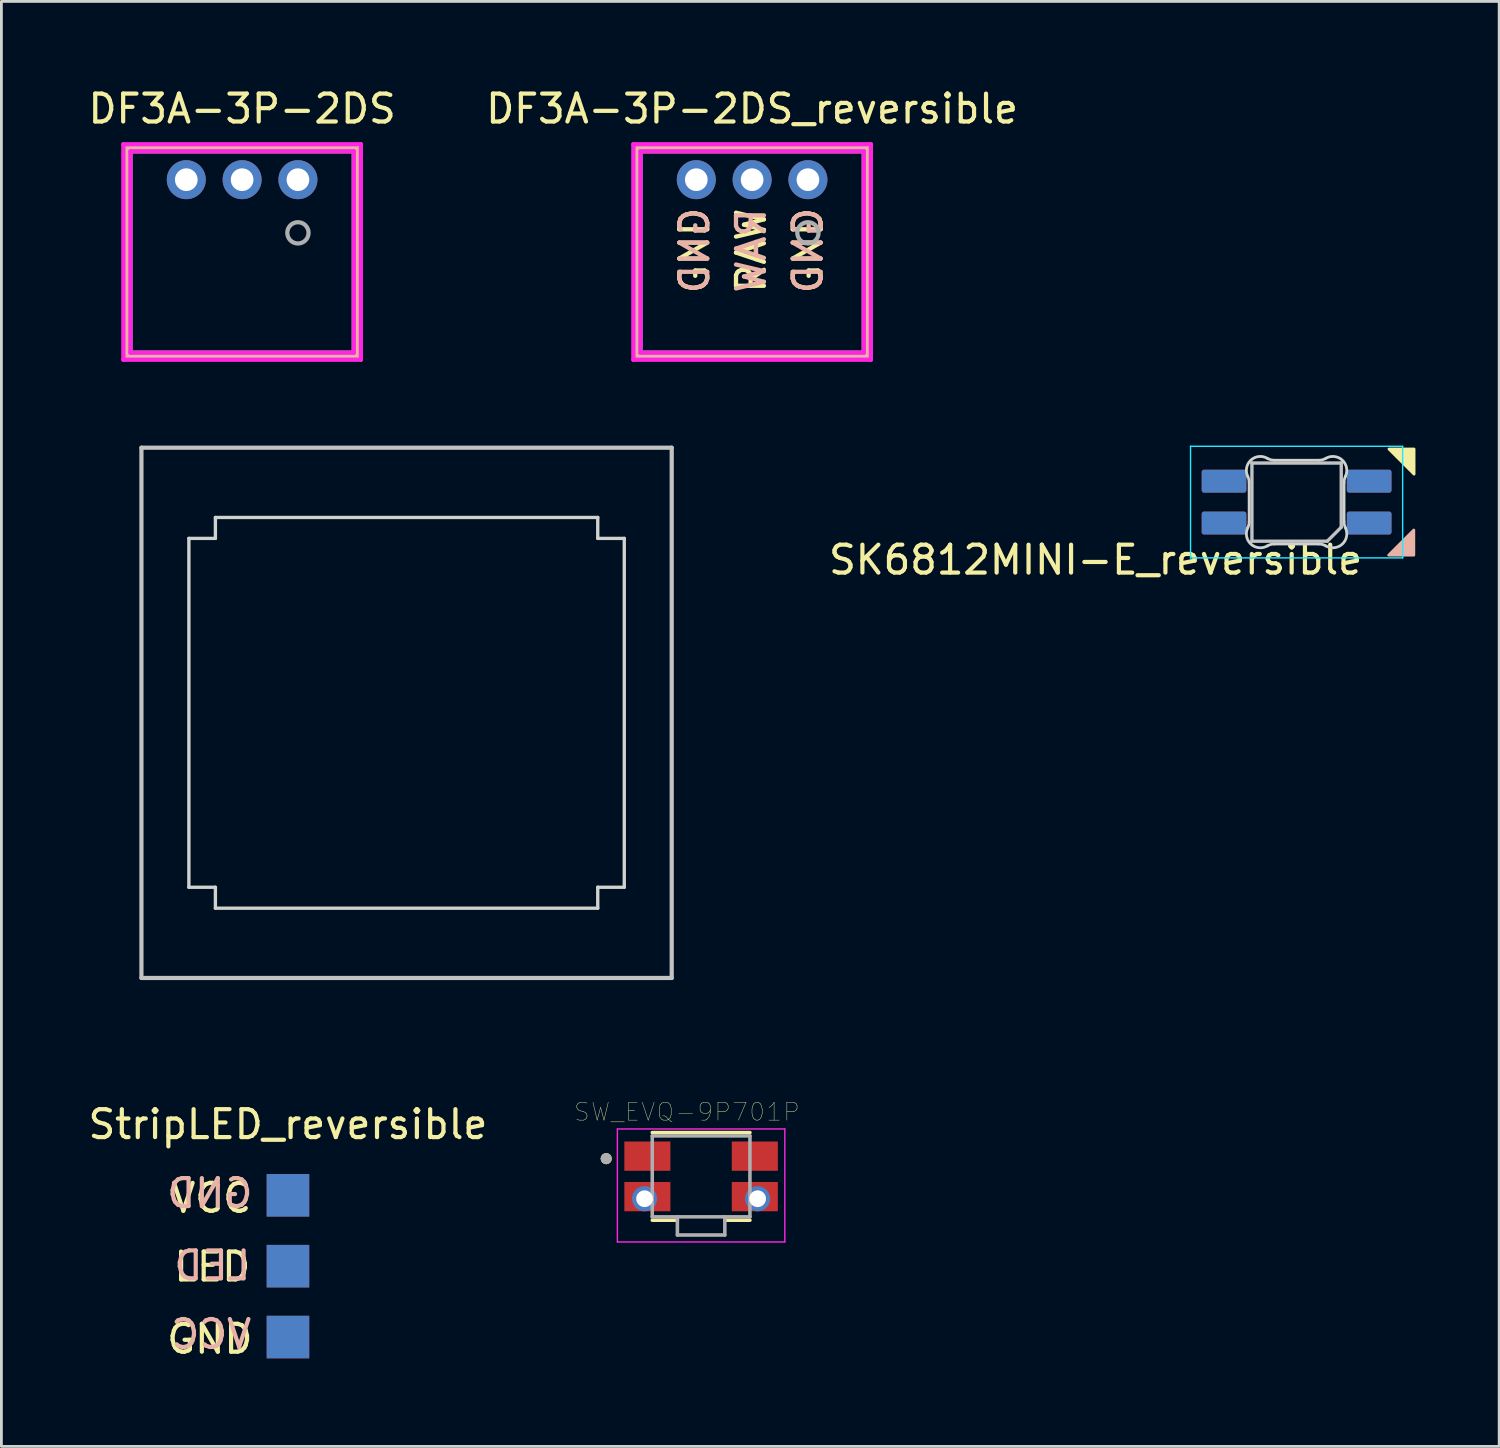
<source format=kicad_pcb>
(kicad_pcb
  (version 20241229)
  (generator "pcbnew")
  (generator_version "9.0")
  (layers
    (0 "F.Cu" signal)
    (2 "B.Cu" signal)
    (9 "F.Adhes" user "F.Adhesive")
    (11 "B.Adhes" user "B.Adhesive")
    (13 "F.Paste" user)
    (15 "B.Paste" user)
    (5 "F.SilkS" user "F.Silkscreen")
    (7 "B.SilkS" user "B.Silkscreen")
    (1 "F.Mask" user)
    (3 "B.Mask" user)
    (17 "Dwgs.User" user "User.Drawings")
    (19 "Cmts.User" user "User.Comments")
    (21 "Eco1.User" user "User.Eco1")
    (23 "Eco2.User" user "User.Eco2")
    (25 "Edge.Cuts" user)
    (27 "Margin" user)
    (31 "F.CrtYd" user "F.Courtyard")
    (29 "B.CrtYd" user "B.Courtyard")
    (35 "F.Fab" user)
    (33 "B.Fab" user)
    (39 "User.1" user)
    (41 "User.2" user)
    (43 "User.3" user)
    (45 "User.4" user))
  (footprint "StripLED_reversible"
    (layer "F.Cu")
    (at 7.268 39.778)
    (property "Reference" "StripLED_reversible" (at 0 -2.54 0) (layer "F.SilkS") (effects (font (size 1 1) (thickness 0.15))))
    (attr through_hole)
    (fp_text user "LED" (at -2.71 2.56 0) (layer "F.SilkS") (effects (font (size 1 1) (thickness 0.15))))
    (fp_text user "GND" (at -2.8 5.15 0) (layer "F.SilkS") (effects (font (size 1 1) (thickness 0.15))))
    (fp_text user "VCC" (at -2.75 0.1 0) (layer "F.SilkS") (effects (font (size 1 1) (thickness 0.15))))
    (fp_text user "VCC" (at -2.75 4.98 0) (layer "B.SilkS") (effects (font (size 1 1) (thickness 0.15)) (justify mirror)))
    (fp_text user "GND" (at -2.8 -0.07 0) (layer "B.SilkS") (effects (font (size 1 1) (thickness 0.15)) (justify mirror)))
    (fp_text user "LED" (at -2.71 2.52 0) (layer "B.SilkS") (effects (font (size 1 1) (thickness 0.15)) (justify mirror)))
    (pad "1" smd rect (at 0 0) (size 1.524 1.524) (layers "F.Cu" "F.Mask"))
    (pad "1" smd rect (at 0 5.08) (size 1.524 1.524) (layers "B.Cu" "B.Mask"))
    (pad "2" smd rect (at 0 2.54) (size 1.524 1.524) (layers "F.Cu" "F.Mask"))
    (pad "2" smd rect (at 0 2.54) (size 1.524 1.524) (layers "B.Cu" "B.Mask"))
    (pad "3" smd rect (at 0 0) (size 1.524 1.524) (layers "B.Cu" "B.Mask"))
    (pad "3" smd rect (at 0 5.08) (size 1.524 1.524) (layers "F.Cu" "F.Mask")))
  (footprint "MX-Alps_Switch_Cutout_simple"
    (layer "F.Cu")
    (at 11.518 22.491)
    (property "Reference" "MX-Alps_Switch_Cutout_simple" (at 0.25 10.05 0) (layer "Eco2.User") (effects (font (size 1 1) (thickness 0.15))))
    (attr through_hole)
    (fp_line (start -9.5 -9.5) (end 9.5 -9.5) (stroke (width 0.15) (type solid)) (layer "Dwgs.User"))
    (fp_line (start -9.5 9.5) (end -9.5 -9.5) (stroke (width 0.15) (type solid)) (layer "Dwgs.User"))
    (fp_line (start 9.5 -9.5) (end 9.5 9.5) (stroke (width 0.15) (type solid)) (layer "Dwgs.User"))
    (fp_line (start 9.5 9.5) (end -9.5 9.5) (stroke (width 0.15) (type solid)) (layer "Dwgs.User"))
    (fp_line (start -7.8 -6.25) (end -6.85 -6.25) (stroke (width 0.12) (type solid)) (layer "Edge.Cuts"))
    (fp_line (start -7.8 6.25) (end -7.8 -6.25) (stroke (width 0.12) (type solid)) (layer "Edge.Cuts"))
    (fp_line (start -6.85 -7) (end 6.85 -7) (stroke (width 0.12) (type solid)) (layer "Edge.Cuts"))
    (fp_line (start -6.85 -6.25) (end -6.85 -7) (stroke (width 0.12) (type solid)) (layer "Edge.Cuts"))
    (fp_line (start -6.85 6.25) (end -7.8 6.25) (stroke (width 0.12) (type solid)) (layer "Edge.Cuts"))
    (fp_line (start -6.85 7) (end -6.85 6.25) (stroke (width 0.12) (type solid)) (layer "Edge.Cuts"))
    (fp_line (start 6.85 -7) (end 6.85 -6.25) (stroke (width 0.12) (type solid)) (layer "Edge.Cuts"))
    (fp_line (start 6.85 -6.25) (end 7.8 -6.25) (stroke (width 0.12) (type solid)) (layer "Edge.Cuts"))
    (fp_line (start 6.85 6.25) (end 6.85 7) (stroke (width 0.12) (type solid)) (layer "Edge.Cuts"))
    (fp_line (start 6.85 7) (end -6.85 7) (stroke (width 0.12) (type solid)) (layer "Edge.Cuts"))
    (fp_line (start 7.8 -6.25) (end 7.8 6.25) (stroke (width 0.12) (type solid)) (layer "Edge.Cuts"))
    (fp_line (start 7.8 6.25) (end 6.85 6.25) (stroke (width 0.12) (type solid)) (layer "Edge.Cuts")))
  (footprint "SK6812MINI-E_reversible"
    (layer "F.Cu")
    (at 43.408 14.949)
    (property "Reference" "SK6812MINI-E_reversible" (at -7.2 2.062 0) (layer "F.SilkS") (effects (font (size 1 1) (thickness 0.15))))
    (attr through_hole)
    (fp_poly (pts (xy 4.209 -1.01) (xy 3.309 -1.91) (xy 4.209 -1.91)) (stroke (width 0.1) (type solid)) (fill yes) (layer "F.SilkS"))
    (fp_poly (pts (xy 4.2 0.992) (xy 3.3 1.892) (xy 4.2 1.892)) (stroke (width 0.1) (type solid)) (fill yes) (layer "B.SilkS"))
    (fp_line (start -1.6 -1.408) (end -1.6 1.392) (stroke (width 0.12) (type solid)) (layer "Dwgs.User"))
    (fp_line (start -1.6 1.392) (end 1.1 1.392) (stroke (width 0.12) (type solid)) (layer "Dwgs.User"))
    (fp_line (start 1.6 -1.408) (end -1.6 -1.408) (stroke (width 0.12) (type solid)) (layer "Dwgs.User"))
    (fp_line (start 1.6 0.892) (end 1.1 1.392) (stroke (width 0.12) (type solid)) (layer "Dwgs.User"))
    (fp_line (start 1.6 0.892) (end 1.6 -1.408) (stroke (width 0.12) (type solid)) (layer "Dwgs.User"))
    (fp_line (start -1.7 0.695) (end -1.7 -0.71) (stroke (width 0.1) (type solid)) (layer "Edge.Cuts"))
    (fp_line (start -0.794 -1.508) (end 0.794 -1.508) (stroke (width 0.1) (type solid)) (layer "Edge.Cuts"))
    (fp_line (start 0.794 1.492) (end -0.794 1.492) (stroke (width 0.1) (type solid)) (layer "Edge.Cuts"))
    (fp_line (start 1.7 -0.71) (end 1.7 0.695) (stroke (width 0.1) (type solid)) (layer "Edge.Cuts"))
    (fp_arc (start -1.749484 -0.927341) (mid -1.712527 -0.821689) (end -1.699999 -0.710463) (stroke (width 0.1) (type solid)) (layer "Edge.Cuts"))
    (fp_arc (start -1.749484 -0.927341) (mid -1.638071 -1.511656) (end -1.046711 -1.57592) (stroke (width 0.1) (type solid)) (layer "Edge.Cuts"))
    (fp_arc (start -1.699999 0.695222) (mid -1.712527 0.806447) (end -1.749484 0.912099) (stroke (width 0.1) (type solid)) (layer "Edge.Cuts"))
    (fp_arc (start -1.046711 1.560676) (mid -1.63807 1.496413) (end -1.749484 0.912099) (stroke (width 0.1) (type solid)) (layer "Edge.Cuts"))
    (fp_arc (start -1.04671 1.560678) (mid -0.925122 1.509756) (end -0.794452 1.492379) (stroke (width 0.1) (type solid)) (layer "Edge.Cuts"))
    (fp_arc (start -0.794453 -1.507621) (mid -0.925123 -1.524998) (end -1.046711 -1.57592) (stroke (width 0.1) (type solid)) (layer "Edge.Cuts"))
    (fp_arc (start 0.794452 1.492379) (mid 0.925123 1.509756) (end 1.046711 1.560678) (stroke (width 0.1) (type solid)) (layer "Edge.Cuts"))
    (fp_arc (start 1.046711 -1.575919) (mid 0.925123 -1.524997) (end 0.794453 -1.50762) (stroke (width 0.1) (type solid)) (layer "Edge.Cuts"))
    (fp_arc (start 1.046711 -1.575919) (mid 1.638071 -1.511655) (end 1.749484 -0.927341) (stroke (width 0.1) (type solid)) (layer "Edge.Cuts"))
    (fp_arc (start 1.699999 -0.710464) (mid 1.712527 -0.821689) (end 1.749484 -0.927341) (stroke (width 0.1) (type solid)) (layer "Edge.Cuts"))
    (fp_arc (start 1.749484 0.912098) (mid 1.638072 1.496414) (end 1.046711 1.560678) (stroke (width 0.1) (type solid)) (layer "Edge.Cuts"))
    (fp_arc (start 1.749484 0.912099) (mid 1.712527 0.806447) (end 1.699999 0.695221) (stroke (width 0.1) (type solid)) (layer "Edge.Cuts"))
    (fp_line (start -3.8 -2.008) (end -3.8 1.992) (stroke (width 0.05) (type solid)) (layer "B.CrtYd"))
    (fp_line (start -3.8 1.992) (end 3.8 1.992) (stroke (width 0.05) (type solid)) (layer "B.CrtYd"))
    (fp_line (start 3.8 -2.008) (end -3.8 -2.008) (stroke (width 0.05) (type solid)) (layer "B.CrtYd"))
    (fp_line (start 3.8 1.992) (end 3.8 -2.008) (stroke (width 0.05) (type solid)) (layer "B.CrtYd"))
    (pad "1" smd roundrect (at -2.6 -0.758 270) (size 0.82 1.6) (layers "B.Cu" "B.Mask" "B.Paste") (roundrect_rratio 0.1))
    (pad "1" smd roundrect (at -2.6 0.742 90) (size 0.82 1.6) (layers "F.Cu" "F.Mask" "F.Paste") (roundrect_rratio 0.1))
    (pad "2" smd roundrect (at -2.6 0.742 270) (size 0.82 1.6) (layers "B.Cu" "B.Mask" "B.Paste") (roundrect_rratio 0.1))
    (pad "2" smd roundrect (at -2.6 -0.758 90) (size 0.82 1.6) (layers "F.Cu" "F.Mask" "F.Paste") (roundrect_rratio 0.1))
    (pad "3" smd roundrect (at 2.6 0.742 270) (size 0.82 1.6) (layers "B.Cu" "B.Mask" "B.Paste") (roundrect_rratio 0.1))
    (pad "3" smd roundrect (at 2.6 -0.758 90) (size 0.82 1.6) (layers "F.Cu" "F.Mask" "F.Paste") (roundrect_rratio 0.1))
    (pad "4" smd roundrect (at 2.6 -0.758 270) (size 0.82 1.6) (layers "B.Cu" "B.Mask" "B.Paste") (roundrect_rratio 0.1))
    (pad "4" smd roundrect (at 2.6 0.742 90) (size 0.82 1.6) (layers "F.Cu" "F.Mask" "F.Paste") (roundrect_rratio 0.1)))
  (footprint "SW_EVQ-9P701P"
    (layer "F.Cu")
    (at 22.071 39.101)
    (property "Reference" "SW_EVQ-9P701P" (at -0.508 -2.311 0) (layer "F.SilkS") (effects (font (size 0.64 0.64) (thickness 0.015))))
    (attr through_hole)
    (fp_line (start -0.85 1.57) (end -1.75 1.57) (stroke (width 0.127) (type solid)) (layer "F.SilkS"))
    (fp_line (start 0.85 1.57) (end 1.75 1.57) (stroke (width 0.127) (type solid)) (layer "F.SilkS"))
    (fp_line (start 1.75 -1.57) (end -1.75 -1.57) (stroke (width 0.127) (type solid)) (layer "F.SilkS"))
    (fp_circle (center -3.4 -0.635) (end -3.3 -0.635) (stroke (width 0.2) (type solid)) (fill no) (layer "F.SilkS"))
    (fp_line (start -3 -1.7) (end -3 2.35) (stroke (width 0.05) (type solid)) (layer "F.CrtYd"))
    (fp_line (start -3 2.35) (end 3 2.35) (stroke (width 0.05) (type solid)) (layer "F.CrtYd"))
    (fp_line (start 3 -1.7) (end -3 -1.7) (stroke (width 0.05) (type solid)) (layer "F.CrtYd"))
    (fp_line (start 3 2.35) (end 3 -1.7) (stroke (width 0.05) (type solid)) (layer "F.CrtYd"))
    (fp_line (start -1.75 -1.45) (end -1.75 1.45) (stroke (width 0.127) (type solid)) (layer "F.Fab"))
    (fp_line (start -1.75 1.45) (end -0.85 1.45) (stroke (width 0.127) (type solid)) (layer "F.Fab"))
    (fp_line (start -0.85 1.45) (end 0.85 1.45) (stroke (width 0.127) (type solid)) (layer "F.Fab"))
    (fp_line (start -0.85 2.1) (end -0.85 1.45) (stroke (width 0.127) (type solid)) (layer "F.Fab"))
    (fp_line (start 0.85 1.45) (end 1.75 1.45) (stroke (width 0.127) (type solid)) (layer "F.Fab"))
    (fp_line (start 0.85 2.1) (end -0.85 2.1) (stroke (width 0.127) (type solid)) (layer "F.Fab"))
    (fp_line (start 0.85 2.1) (end 0.85 1.45) (stroke (width 0.127) (type solid)) (layer "F.Fab"))
    (fp_line (start 1.75 -1.45) (end -1.75 -1.45) (stroke (width 0.127) (type solid)) (layer "F.Fab"))
    (fp_line (start 1.75 1.45) (end 1.75 -1.45) (stroke (width 0.127) (type solid)) (layer "F.Fab"))
    (fp_circle (center -3.4 -0.635) (end -3.3 -0.635) (stroke (width 0.2) (type solid)) (fill no) (layer "F.Fab"))
    (pad "1A" smd rect (at -1.925 -0.725) (size 1.65 1.05) (layers "F.Cu" "F.Mask" "F.Paste"))
    (pad "1B" smd rect (at 1.925 -0.725) (size 1.65 1.05) (layers "F.Cu" "F.Mask" "F.Paste"))
    (pad "2A" smd rect (at -1.925 0.725) (size 1.65 1.05) (layers "F.Cu" "F.Mask" "F.Paste"))
    (pad "2B" smd rect (at 1.925 0.725) (size 1.65 1.05) (layers "F.Cu" "F.Mask" "F.Paste"))
    (pad "2C" thru_hole circle (at -2.025 0.8) (size 0.9 0.9) (drill 0.6) (layers "*.Cu" "*.Mask"))
    (pad "2D" thru_hole circle (at 2.025 0.8) (size 0.9 0.9) (drill 0.6) (layers "*.Cu" "*.Mask")))
  (footprint "DF3A-3P-2DS"
    (layer "F.Cu")
    (at 7.625 3.388)
    (property "Reference" "DF3A-3P-2DS" (at -2 -2.54 0) (layer "F.SilkS") (effects (font (size 1 1) (thickness 0.15))))
    (attr through_hole)
    (fp_line (start -6.128 -1.143) (end -6.128 6.325) (stroke (width 0.152) (type solid)) (layer "F.SilkS"))
    (fp_line (start -6.128 6.325) (end 2.127 6.325) (stroke (width 0.152) (type solid)) (layer "F.SilkS"))
    (fp_line (start 2.127 -1.143) (end -6.128 -1.143) (stroke (width 0.152) (type solid)) (layer "F.SilkS"))
    (fp_line (start 2.127 6.325) (end 2.127 -1.143) (stroke (width 0.152) (type solid)) (layer "F.SilkS"))
    (fp_line (start -6.128 -1.143) (end -6.128 6.325) (stroke (width 0.152) (type solid)) (layer "B.SilkS"))
    (fp_line (start -6.128 6.325) (end 2.127 6.325) (stroke (width 0.152) (type solid)) (layer "B.SilkS"))
    (fp_line (start 2.127 -1.143) (end -6.128 -1.143) (stroke (width 0.152) (type solid)) (layer "B.SilkS"))
    (fp_line (start 2.127 6.325) (end 2.127 -1.143) (stroke (width 0.152) (type solid)) (layer "B.SilkS"))
    (fp_line (start -6.255 -1.27) (end -6.255 6.452) (stroke (width 0.152) (type solid)) (layer "F.CrtYd"))
    (fp_line (start -6.255 6.452) (end 2.255 6.452) (stroke (width 0.152) (type solid)) (layer "F.CrtYd"))
    (fp_line (start -6 -1.016) (end -6 6.198) (stroke (width 0.152) (type solid)) (layer "F.CrtYd"))
    (fp_line (start -6 6.198) (end 2.001 6.198) (stroke (width 0.152) (type solid)) (layer "F.CrtYd"))
    (fp_line (start 2.001 -1.016) (end -6 -1.016) (stroke (width 0.152) (type solid)) (layer "F.CrtYd"))
    (fp_line (start 2.001 6.198) (end 2.001 -1.016) (stroke (width 0.152) (type solid)) (layer "F.CrtYd"))
    (fp_line (start 2.255 -1.27) (end -6.255 -1.27) (stroke (width 0.152) (type solid)) (layer "F.CrtYd"))
    (fp_line (start 2.255 6.452) (end 2.255 -1.27) (stroke (width 0.152) (type solid)) (layer "F.CrtYd"))
    (fp_line (start -6 -1.016) (end -6 6.198) (stroke (width 0.152) (type solid)) (layer "F.Fab"))
    (fp_line (start -6 6.198) (end 2.001 6.198) (stroke (width 0.152) (type solid)) (layer "F.Fab"))
    (fp_line (start 2.001 -1.016) (end -6 -1.016) (stroke (width 0.152) (type solid)) (layer "F.Fab"))
    (fp_line (start 2.001 6.198) (end 2.001 -1.016) (stroke (width 0.152) (type solid)) (layer "F.Fab"))
    (fp_circle (center 0 1.905) (end 0.381 1.905) (stroke (width 0.152) (type solid)) (fill no) (layer "F.Fab"))
    (pad "1" thru_hole circle (at 0.000001 0) (size 1.397 1.397) (drill 0.813) (layers "*.Cu" "*.Mask"))
    (pad "2" thru_hole circle (at -2 0) (size 1.397 1.397) (drill 0.813) (layers "*.Cu" "*.Mask"))
    (pad "3" thru_hole circle (at -4 0) (size 1.397 1.397) (drill 0.813) (layers "*.Cu" "*.Mask")))
  (footprint "DF3A-3P-2DS_reversible"
    (layer "F.Cu")
    (at 25.899 3.388)
    (property "Reference" "DF3A-3P-2DS_reversible" (at -2 -2.54 0) (layer "F.SilkS") (effects (font (size 1 1) (thickness 0.15))))
    (attr through_hole)
    (fp_line (start -6.128 -1.143) (end -6.128 6.325) (stroke (width 0.152) (type solid)) (layer "F.SilkS"))
    (fp_line (start -6.128 6.325) (end 2.127 6.325) (stroke (width 0.152) (type solid)) (layer "F.SilkS"))
    (fp_line (start 2.127 -1.143) (end -6.128 -1.143) (stroke (width 0.152) (type solid)) (layer "F.SilkS"))
    (fp_line (start 2.127 6.325) (end 2.127 -1.143) (stroke (width 0.152) (type solid)) (layer "F.SilkS"))
    (fp_line (start -6.128 -1.143) (end -6.128 6.325) (stroke (width 0.152) (type solid)) (layer "B.SilkS"))
    (fp_line (start -6.128 6.325) (end 2.127 6.325) (stroke (width 0.152) (type solid)) (layer "B.SilkS"))
    (fp_line (start 2.127 -1.143) (end -6.128 -1.143) (stroke (width 0.152) (type solid)) (layer "B.SilkS"))
    (fp_line (start 2.127 6.325) (end 2.127 -1.143) (stroke (width 0.152) (type solid)) (layer "B.SilkS"))
    (fp_line (start -6.255 -1.27) (end -6.255 6.452) (stroke (width 0.152) (type solid)) (layer "F.CrtYd"))
    (fp_line (start -6.255 6.452) (end 2.255 6.452) (stroke (width 0.152) (type solid)) (layer "F.CrtYd"))
    (fp_line (start -6 -1.016) (end -6 6.198) (stroke (width 0.152) (type solid)) (layer "F.CrtYd"))
    (fp_line (start -6 6.198) (end 2.001 6.198) (stroke (width 0.152) (type solid)) (layer "F.CrtYd"))
    (fp_line (start 2.001 -1.016) (end -6 -1.016) (stroke (width 0.152) (type solid)) (layer "F.CrtYd"))
    (fp_line (start 2.001 6.198) (end 2.001 -1.016) (stroke (width 0.152) (type solid)) (layer "F.CrtYd"))
    (fp_line (start 2.255 -1.27) (end -6.255 -1.27) (stroke (width 0.152) (type solid)) (layer "F.CrtYd"))
    (fp_line (start 2.255 6.452) (end 2.255 -1.27) (stroke (width 0.152) (type solid)) (layer "F.CrtYd"))
    (fp_line (start -6 -1.016) (end -6 6.198) (stroke (width 0.152) (type solid)) (layer "F.Fab"))
    (fp_line (start -6 6.198) (end 2.001 6.198) (stroke (width 0.152) (type solid)) (layer "F.Fab"))
    (fp_line (start 2.001 -1.016) (end -6 -1.016) (stroke (width 0.152) (type solid)) (layer "F.Fab"))
    (fp_line (start 2.001 6.198) (end 2.001 -1.016) (stroke (width 0.152) (type solid)) (layer "F.Fab"))
    (fp_circle (center 0 1.905) (end 0.381 1.905) (stroke (width 0.152) (type solid)) (fill no) (layer "F.Fab"))
    (fp_text user "RAW" (at -2.032 2.54 90) (layer "F.SilkS") (effects (font (size 1 1) (thickness 0.153))))
    (fp_text user "GND" (at 0 2.54 90) (layer "F.SilkS") (effects (font (size 1 1) (thickness 0.153))))
    (fp_text user "GND" (at -4.064 2.54 90) (layer "F.SilkS") (effects (font (size 1 1) (thickness 0.153))))
    (fp_text user "GND" (at 0 2.54 90) (layer "B.SilkS") (effects (font (size 1 1) (thickness 0.153)) (justify mirror)))
    (fp_text user "GND" (at -4.064 2.54 90) (layer "B.SilkS") (effects (font (size 1 1) (thickness 0.153)) (justify mirror)))
    (fp_text user "RAW" (at -2.032 2.54 90) (layer "B.SilkS") (effects (font (size 1 1) (thickness 0.153)) (justify mirror)))
    (pad "1" thru_hole circle (at -2 0) (size 1.397 1.397) (drill 0.813) (layers "*.Cu" "*.Mask"))
    (pad "2" thru_hole circle (at -4 0) (size 1.397 1.397) (drill 0.813) (layers "*.Cu" "*.Mask"))
    (pad "2" thru_hole circle (at 0.000001 0) (size 1.397 1.397) (drill 0.813) (layers "*.Cu" "*.Mask")))
  (gr_rect
    (start -3 -3)
    (end 50.667 48.776)
    (stroke (width 0.1) (type default))
    (fill no)
    (layer "Edge.Cuts")))
</source>
